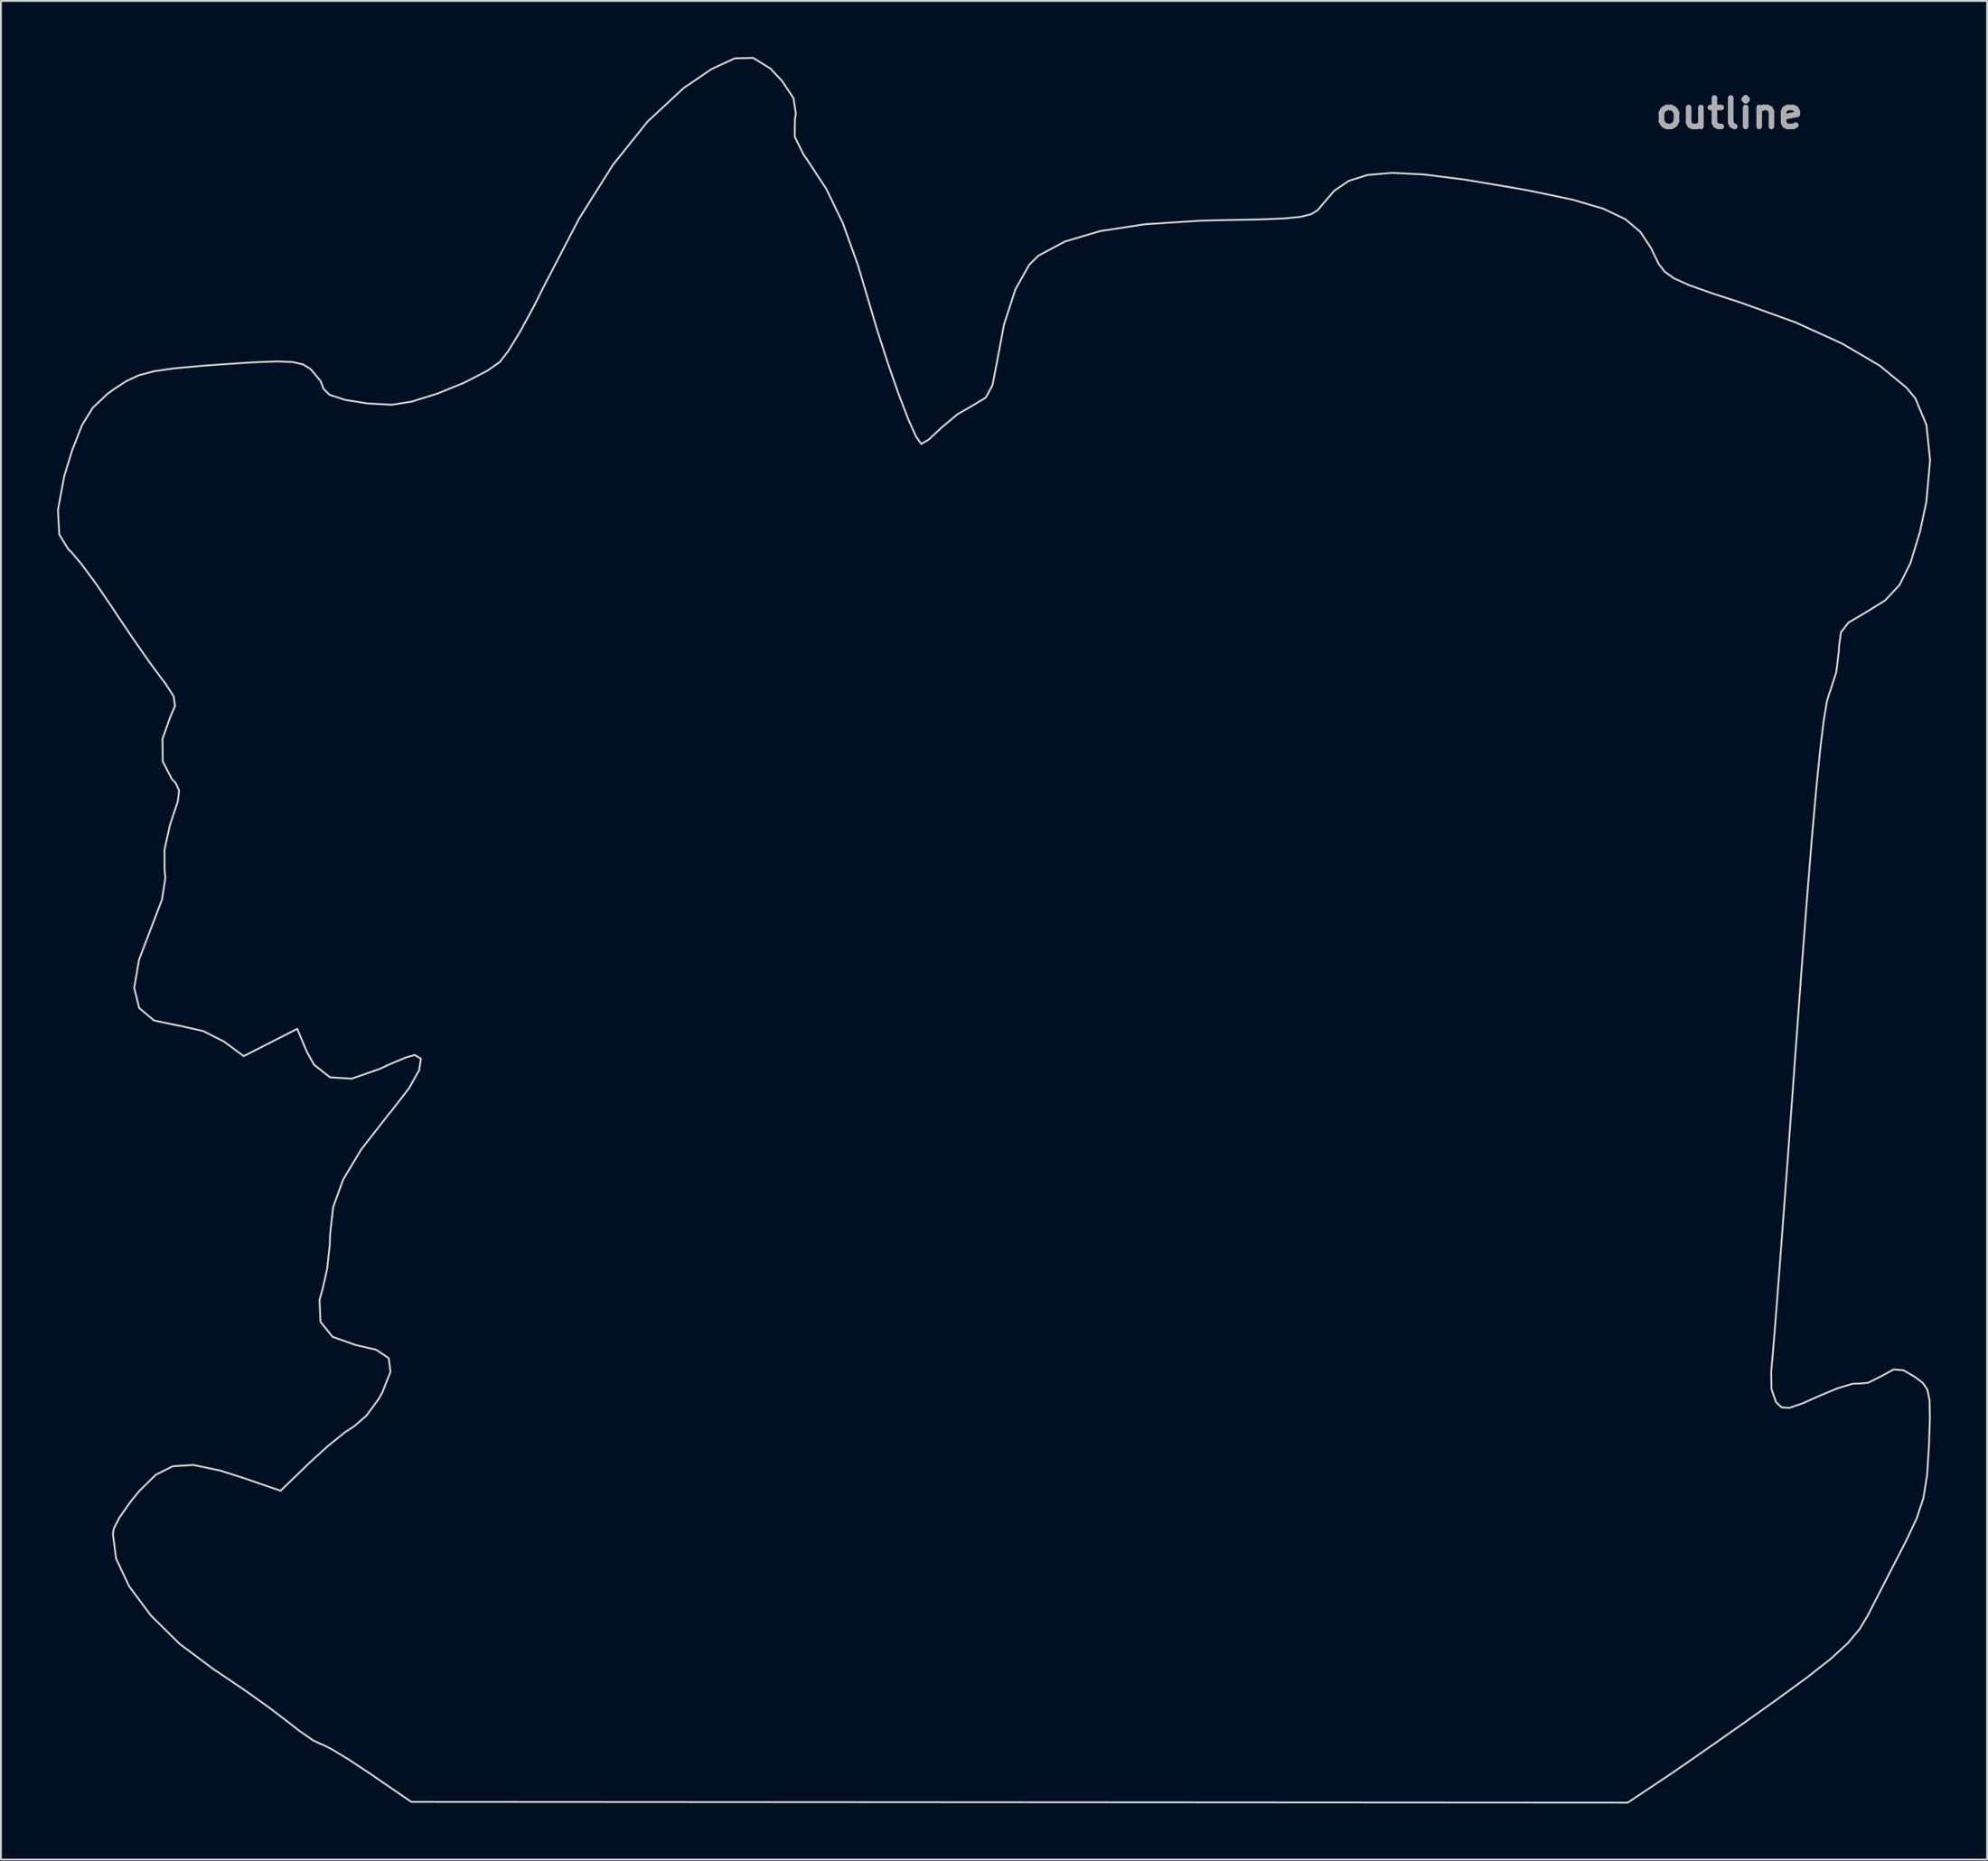
<source format=kicad_pcb>
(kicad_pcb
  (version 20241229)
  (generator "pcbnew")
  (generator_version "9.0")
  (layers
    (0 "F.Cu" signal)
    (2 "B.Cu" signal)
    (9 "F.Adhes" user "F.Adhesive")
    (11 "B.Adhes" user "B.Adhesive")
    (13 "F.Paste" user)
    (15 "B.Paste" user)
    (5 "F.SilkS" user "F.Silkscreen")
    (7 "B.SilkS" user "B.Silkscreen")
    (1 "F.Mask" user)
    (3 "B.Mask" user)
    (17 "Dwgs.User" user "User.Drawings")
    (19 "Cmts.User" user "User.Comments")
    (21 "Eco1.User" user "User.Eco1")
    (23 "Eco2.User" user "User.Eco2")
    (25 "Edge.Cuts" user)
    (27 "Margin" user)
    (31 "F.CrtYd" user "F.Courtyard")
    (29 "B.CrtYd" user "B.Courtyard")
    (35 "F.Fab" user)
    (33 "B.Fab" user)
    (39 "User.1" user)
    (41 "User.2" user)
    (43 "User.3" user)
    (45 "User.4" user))
  (footprint "outline"
    (layer "F.Cu")
    (at 50.094 43.669)
    (property "Reference" "outline" (at 39.37 -40.64 0) (layer "F.Fab") (effects (font (size 1.524 1.524) (thickness 0.3))))
    (attr board_only exclude_from_pos_files exclude_from_bom allow_missing_courtyard)
    (fp_poly (pts (xy -11.929 -43.049) (xy -11.306 -42.383) (xy -10.694 -41.466) (xy -10.57 -40.633) (xy -10.62 -40.325) (xy -10.627 -39.399) (xy -10.15 -38.431) (xy -9.982 -38.197) (xy -8.939 -36.606) (xy -8.053 -34.772) (xy -7.244 -32.518) (xy -6.807 -31.044) (xy -6.242 -29.132) (xy -5.651 -27.291) (xy -5.075 -25.637) (xy -4.558 -24.288) (xy -4.142 -23.36) (xy -3.87 -22.97) (xy -3.848 -22.964) (xy -3.463 -23.194) (xy -2.862 -23.751) (xy -2.81 -23.806) (xy -1.927 -24.547) (xy -1.053 -25.048) (xy -0.408 -25.444) (xy -0.052 -26.096) (xy 0.126 -27.01) (xy 0.569 -29.357) (xy 1.176 -31.231) (xy 1.915 -32.548) (xy 2.415 -33.04) (xy 3.831 -33.796) (xy 5.707 -34.351) (xy 8.109 -34.718) (xy 11.102 -34.91) (xy 12.273 -34.938) (xy 14.196 -34.974) (xy 15.543 -35.027) (xy 16.437 -35.114) (xy 16.997 -35.255) (xy 17.345 -35.47) (xy 17.601 -35.775) (xy 18.236 -36.514) (xy 19.011 -37.038) (xy 20.011 -37.355) (xy 21.321 -37.467) (xy 23.027 -37.383) (xy 25.213 -37.106) (xy 27.964 -36.643) (xy 28.749 -36.499) (xy 30.972 -36.035) (xy 32.614 -35.554) (xy 33.788 -34.998) (xy 34.608 -34.309) (xy 35.188 -33.429) (xy 35.31 -33.17) (xy 35.584 -32.605) (xy 35.91 -32.179) (xy 36.411 -31.821) (xy 37.213 -31.459) (xy 38.442 -31.024) (xy 40.019 -30.51) (xy 42.93 -29.456) (xy 45.424 -28.32) (xy 47.423 -27.143) (xy 48.848 -25.969) (xy 49.321 -25.396) (xy 49.912 -23.977) (xy 50.108 -22.09) (xy 49.905 -19.838) (xy 49.564 -18.253) (xy 49.053 -16.577) (xy 48.474 -15.415) (xy 47.706 -14.589) (xy 46.628 -13.919) (xy 46.62 -13.915) (xy 45.745 -13.401) (xy 45.341 -12.882) (xy 45.233 -12.102) (xy 45.231 -11.91) (xy 45.09 -10.746) (xy 44.752 -9.699) (xy 44.729 -9.655) (xy 44.583 -9.156) (xy 44.42 -8.167) (xy 44.235 -6.658) (xy 44.027 -4.599) (xy 43.792 -1.958) (xy 43.528 1.295) (xy 43.231 5.19) (xy 42.993 8.439) (xy 42.745 11.859) (xy 42.508 15.096) (xy 42.286 18.079) (xy 42.087 20.734) (xy 41.914 22.99) (xy 41.773 24.776) (xy 41.671 26.019) (xy 41.612 26.647) (xy 41.608 26.675) (xy 41.624 27.624) (xy 41.867 28.324) (xy 42.163 28.602) (xy 42.583 28.629) (xy 43.308 28.379) (xy 44.136 28.007) (xy 45.182 27.572) (xy 45.981 27.334) (xy 46.301 27.329) (xy 46.777 27.291) (xy 47.485 26.94) (xy 48.161 26.571) (xy 48.69 26.617) (xy 49.268 26.956) (xy 49.701 27.275) (xy 49.96 27.643) (xy 50.08 28.226) (xy 50.097 29.185) (xy 50.051 30.576) (xy 49.949 32.215) (xy 49.754 33.44) (xy 49.396 34.535) (xy 48.807 35.782) (xy 48.77 35.853) (xy 48.04 37.271) (xy 47.3 38.713) (xy 46.784 39.722) (xy 46.33 40.478) (xy 45.708 41.219) (xy 44.814 42.042) (xy 43.541 43.046) (xy 41.855 44.277) (xy 40.193 45.459) (xy 38.549 46.616) (xy 37.094 47.629) (xy 35.999 48.379) (xy 35.843 48.483) (xy 33.934 49.756) (xy 1.396 49.736) (xy -31.141 49.716) (xy -33.398 48.17) (xy -34.502 47.44) (xy -35.397 46.896) (xy -35.922 46.634) (xy -35.972 46.625) (xy -36.4 46.42) (xy -37.156 45.895) (xy -37.716 45.456) (xy -38.708 44.697) (xy -40.033 43.753) (xy -41.434 42.806) (xy -41.683 42.644) (xy -43.537 41.258) (xy -45.079 39.733) (xy -46.237 38.175) (xy -46.937 36.688) (xy -47.104 35.375) (xy -47.052 35.077) (xy -46.749 34.488) (xy -46.139 33.625) (xy -45.693 33.077) (xy -44.809 32.209) (xy -43.9 31.752) (xy -42.804 31.684) (xy -41.361 31.985) (xy -40.172 32.364) (xy -38.135 33.065) (xy -36.552 31.535) (xy -35.581 30.652) (xy -34.69 29.934) (xy -34.187 29.604) (xy -33.546 29.05) (xy -32.882 28.145) (xy -32.687 27.797) (xy -32.255 26.698) (xy -32.347 25.973) (xy -33.022 25.518) (xy -34.115 25.264) (xy -35.351 24.829) (xy -35.999 24.023) (xy -36.05 22.861) (xy -35.882 22.244) (xy -35.645 21.206) (xy -35.503 19.894) (xy -35.486 19.346) (xy -35.32 17.881) (xy -34.786 16.407) (xy -33.819 14.796) (xy -32.357 12.921) (xy -32.192 12.726) (xy -31.254 11.509) (xy -30.722 10.556) (xy -30.627 9.942) (xy -30.958 9.742) (xy -31.448 9.884) (xy -32.313 10.245) (xy -32.829 10.487) (xy -34.327 11.01) (xy -35.486 10.94) (xy -36.344 10.266) (xy -36.737 9.552) (xy -37.243 8.343) (xy -38.675 9.074) (xy -40.107 9.804) (xy -41.156 9.028) (xy -42.273 8.464) (xy -43.528 8.178) (xy -43.572 8.176) (xy -44.902 7.898) (xy -45.697 7.232) (xy -45.964 6.155) (xy -45.708 4.646) (xy -45.067 2.97) (xy -44.475 1.417) (xy -44.298 0.259) (xy -44.341 -0.153) (xy -44.344 -1.249) (xy -44.045 -2.594) (xy -43.965 -2.829) (xy -43.634 -3.823) (xy -43.56 -4.403) (xy -43.741 -4.803) (xy -43.958 -5.038) (xy -44.439 -5.972) (xy -44.448 -7.185) (xy -44.036 -8.342) (xy -43.782 -8.936) (xy -43.854 -9.456) (xy -44.313 -10.162) (xy -44.519 -10.43) (xy -45.163 -11.302) (xy -46.022 -12.533) (xy -46.938 -13.894) (xy -47.183 -14.266) (xy -48.019 -15.494) (xy -48.784 -16.528) (xy -49.354 -17.201) (xy -49.495 -17.33) (xy -49.973 -18.115) (xy -50.044 -19.426) (xy -49.709 -21.228) (xy -49.288 -22.608) (xy -48.752 -23.974) (xy -48.175 -24.904) (xy -47.39 -25.642) (xy -47.06 -25.884) (xy -46.381 -26.325) (xy -45.715 -26.635) (xy -44.902 -26.851) (xy -43.782 -27.01) (xy -42.192 -27.151) (xy -41.372 -27.211) (xy -39.559 -27.331) (xy -38.305 -27.377) (xy -37.479 -27.343) (xy -36.948 -27.221) (xy -36.579 -27.002) (xy -36.49 -26.925) (xy -35.988 -26.318) (xy -35.838 -25.914) (xy -35.519 -25.592) (xy -34.673 -25.316) (xy -33.472 -25.125) (xy -32.185 -25.057) (xy -31.13 -25.223) (xy -29.748 -25.652) (xy -28.302 -26.241) (xy -27.056 -26.886) (xy -26.406 -27.348) (xy -25.957 -27.928) (xy -25.316 -28.978) (xy -24.577 -30.338) (xy -24.001 -31.489) (xy -22.167 -35.014) (xy -20.349 -37.902) (xy -18.503 -40.21) (xy -16.586 -41.996) (xy -15.083 -43.021) (xy -13.835 -43.599) (xy -12.849 -43.619)) (stroke (width 0.1) (type solid)) (fill no) (layer "Edge.Cuts")))
  (gr_rect
    (start -3 -3)
    (end 103.252 96.475)
    (stroke (width 0.1) (type default))
    (fill no)
    (layer "Edge.Cuts")))
</source>
